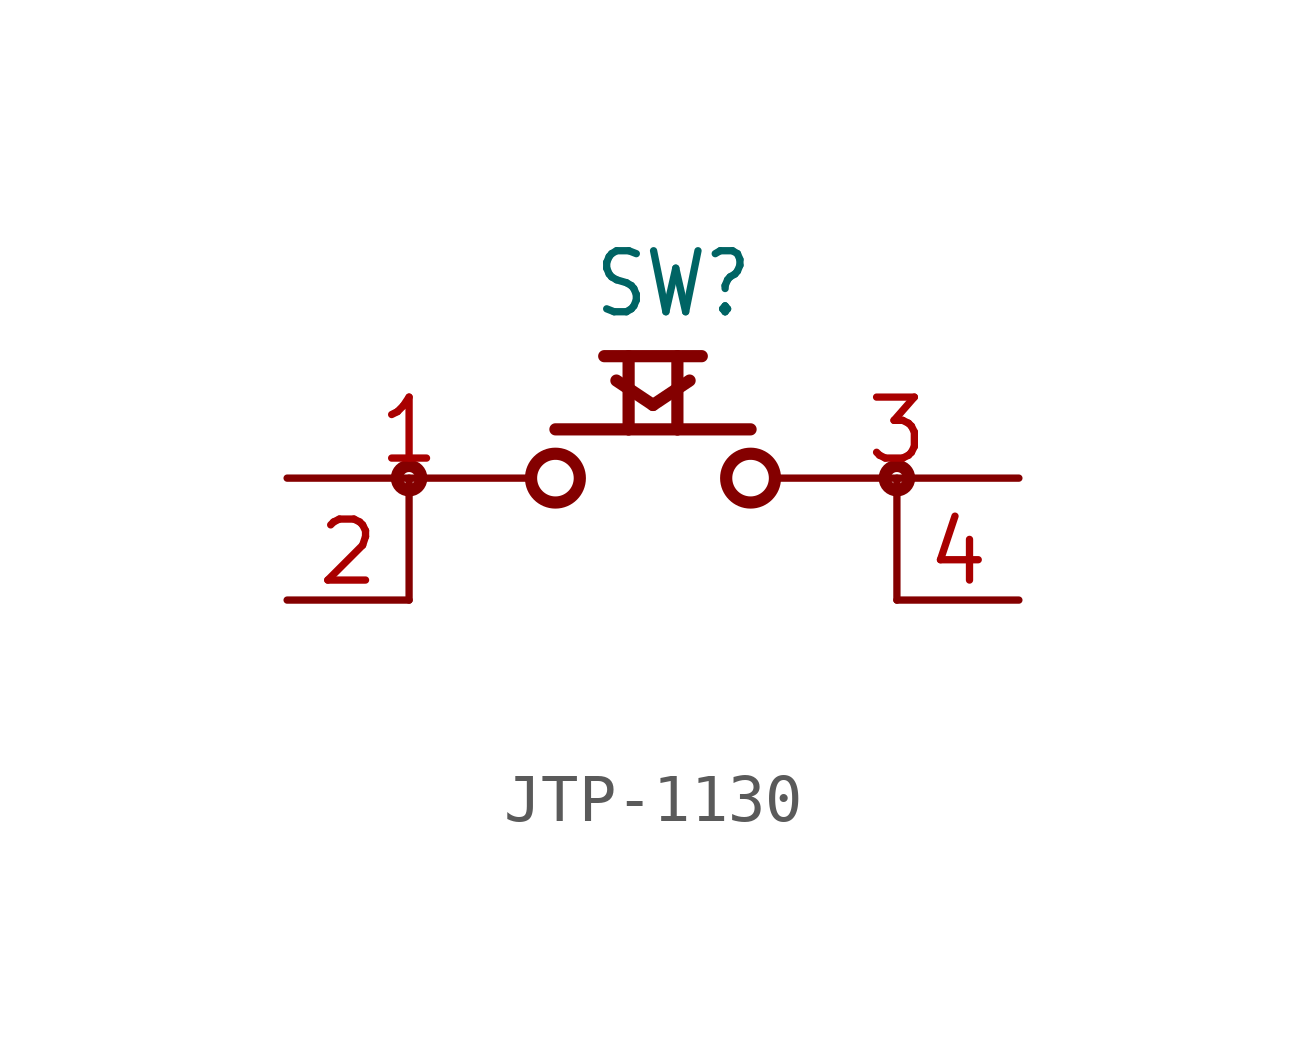
<source format=kicad_sym>
(kicad_symbol_lib
  (version 20220914)
  (generator kicad_symbol_editor)
  (symbol "JTP-1130"
    (property "Reference" "SW"
      (at -1.27 3.302 0)
      (effects (font (size 1.27 1.079)) (justify left bottom)))
    (property "Value" ""
      (at -2.032 -4.826 0)
      (effects (font (size 1.27 1.079)) (justify left bottom)))
    (property "ki_locked" ""
      (at 0 0 0)
      (effects (font (size 1.27 1.27))))
    (symbol "JTP-1130_1_0"
      (circle (center -5.08 0) (radius 0.254) (stroke (width 0.254) (type solid)) (fill (type none)))
      (circle (center -2.032 0) (radius 0.508) (stroke (width 0.254) (type solid)) (fill (type none)))
      (polyline (pts (xy -5.08 -2.54) (xy -5.08 0)) (stroke (width 0.152) (type solid)) (fill (type none)))
      (polyline (pts (xy -2.032 1.016) (xy -0.508 1.016)) (stroke (width 0.254) (type solid)) (fill (type none)))
      (polyline (pts (xy -1.016 2.54) (xy 1.016 2.54)) (stroke (width 0.254) (type solid)) (fill (type none)))
      (polyline (pts (xy -0.762 2.032) (xy 0 1.524)) (stroke (width 0.254) (type solid)) (fill (type none)))
      (polyline (pts (xy -0.508 1.016) (xy -0.508 2.54)) (stroke (width 0.254) (type solid)) (fill (type none)))
      (polyline (pts (xy -0.508 1.016) (xy 0.508 1.016)) (stroke (width 0.254) (type solid)) (fill (type none)))
      (polyline (pts (xy 0 1.524) (xy 0.762 2.032)) (stroke (width 0.254) (type solid)) (fill (type none)))
      (polyline (pts (xy 0.508 1.016) (xy 0.508 2.54)) (stroke (width 0.254) (type solid)) (fill (type none)))
      (polyline (pts (xy 0.508 1.016) (xy 2.032 1.016)) (stroke (width 0.254) (type solid)) (fill (type none)))
      (polyline (pts (xy 5.08 -2.54) (xy 5.08 0)) (stroke (width 0.152) (type solid)) (fill (type none)))
      (circle (center 2.032 0) (radius 0.508) (stroke (width 0.254) (type solid)) (fill (type none)))
      (circle (center 5.08 0) (radius 0.254) (stroke (width 0.254) (type solid)) (fill (type none)))
      (pin passive line (at -7.62 0 0) (length 5.08) (name "1" (effects (font (size 0 0)))) (number "1" (effects (font (size 1.27 1.27)))))
      (pin passive line (at -7.62 -2.54 0) (length 2.54) (name "2" (effects (font (size 0 0)))) (number "2" (effects (font (size 1.27 1.27)))))
      (pin passive line (at 7.62 0 180) (length 5.08) (name "3" (effects (font (size 0 0)))) (number "3" (effects (font (size 1.27 1.27)))))
      (pin passive line (at 7.62 -2.54 180) (length 2.54) (name "4" (effects (font (size 0 0)))) (number "4" (effects (font (size 1.27 1.27))))))))
</source>
